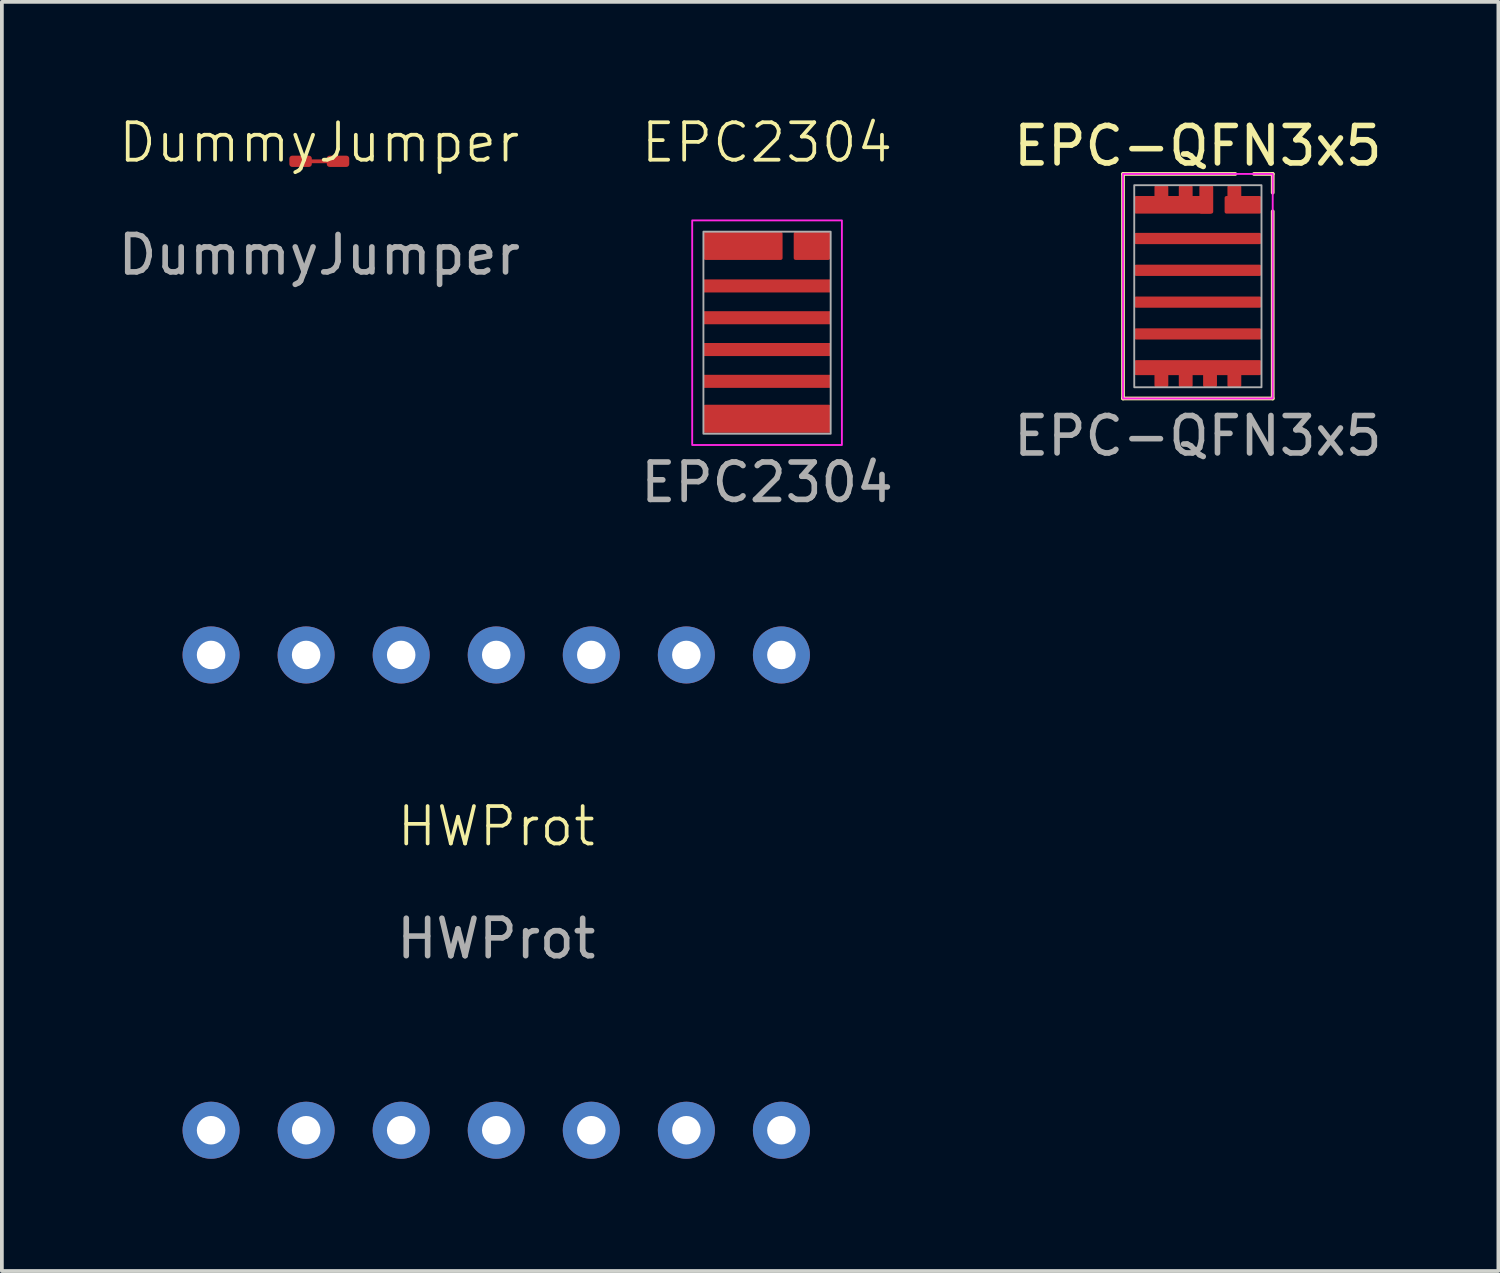
<source format=kicad_pcb>
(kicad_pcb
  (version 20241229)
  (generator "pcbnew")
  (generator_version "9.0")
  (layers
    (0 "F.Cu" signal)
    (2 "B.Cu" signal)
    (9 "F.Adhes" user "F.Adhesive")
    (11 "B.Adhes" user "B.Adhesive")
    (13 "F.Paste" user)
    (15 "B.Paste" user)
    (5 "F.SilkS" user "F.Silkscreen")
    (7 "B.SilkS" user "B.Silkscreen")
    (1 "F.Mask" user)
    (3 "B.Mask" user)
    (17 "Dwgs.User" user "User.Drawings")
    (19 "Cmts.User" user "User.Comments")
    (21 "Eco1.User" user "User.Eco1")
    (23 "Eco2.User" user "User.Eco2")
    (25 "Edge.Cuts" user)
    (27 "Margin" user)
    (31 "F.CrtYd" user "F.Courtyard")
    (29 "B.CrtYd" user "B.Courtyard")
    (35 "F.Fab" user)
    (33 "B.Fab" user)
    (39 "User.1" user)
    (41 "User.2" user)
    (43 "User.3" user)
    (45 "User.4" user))
  (footprint "EPC-QFN3x5"
    (layer "F.Cu")
    (at 28.958 4.598)
    (property "Reference" "EPC-QFN3x5" (at 0 -3.75 0) (layer "F.SilkS") (effects (font (size 1 1) (thickness 0.15))))
    (attr smd)
    (fp_line (start -2 -3) (end 1 -3) (stroke (width 0.1) (type default)) (layer "F.SilkS"))
    (fp_line (start -2 3) (end -2 -3) (stroke (width 0.1) (type default)) (layer "F.SilkS"))
    (fp_line (start 1.5 -3) (end 2 -3) (stroke (width 0.1) (type default)) (layer "F.SilkS"))
    (fp_line (start 2 -3) (end 2 -2.5) (stroke (width 0.1) (type default)) (layer "F.SilkS"))
    (fp_line (start 2 -2) (end 2 3) (stroke (width 0.1) (type default)) (layer "F.SilkS"))
    (fp_line (start 2 3) (end -2 3) (stroke (width 0.1) (type default)) (layer "F.SilkS"))
    (fp_rect (start -2 -3) (end 2 3) (stroke (width 0.05) (type default)) (fill no) (layer "F.CrtYd"))
    (fp_rect (start -1.7 -2.7) (end 1.7 2.7) (stroke (width 0.05) (type default)) (fill no) (layer "F.Fab"))
    (fp_line (start -2 -2.7) (end 2 -2.7) (stroke (width 0.001) (type default)) (layer "User.9"))
    (fp_line (start -2 2.7) (end 2 2.7) (stroke (width 0.001) (type default)) (layer "User.9"))
    (fp_text user "${REFERENCE}" (at 0 4 0) (unlocked yes) (layer "F.Fab") (effects (font (size 1 1) (thickness 0.15))))
    (pad "1" smd roundrect (at 0.975 -2.515) (size 0.37 0.37) (layers "F.Cu" "F.Mask" "F.Paste") (roundrect_rratio 0.135))
    (pad "1" smd roundrect (at 1.207 -2.175) (size 0.985 0.47) (layers "F.Cu" "F.Mask" "F.Paste") (roundrect_rratio 0.106))
    (pad "2" smd roundrect (at -0.975 -2.515) (size 0.37 0.37) (layers "F.Cu" "F.Mask" "F.Paste") (roundrect_rratio 0.135))
    (pad "2" smd roundrect (at -0.663 -2.175) (size 2.075 0.47) (layers "F.Cu" "F.Mask" "F.Paste") (roundrect_rratio 0.106))
    (pad "2" smd roundrect (at -0.325 -2.515) (size 0.37 0.37) (layers "F.Cu" "F.Mask" "F.Paste") (roundrect_rratio 0.135))
    (pad "2" smd roundrect (at 0.225 -2.32) (size 0.37 0.76) (layers "F.Cu" "F.Mask" "F.Paste") (roundrect_rratio 0.135))
    (pad "3" smd roundrect (at 0 -1.275) (size 3.4 0.3) (layers "F.Cu" "F.Mask" "F.Paste") (roundrect_rratio 0.167))
    (pad "4" smd roundrect (at 0 -0.425) (size 3.4 0.3) (layers "F.Cu" "F.Mask" "F.Paste") (roundrect_rratio 0.167))
    (pad "5" smd roundrect (at 0 0.425) (size 3.4 0.3) (layers "F.Cu" "F.Mask" "F.Paste") (roundrect_rratio 0.167))
    (pad "6" smd roundrect (at 0 1.275) (size 3.4 0.3) (layers "F.Cu" "F.Mask" "F.Paste") (roundrect_rratio 0.167))
    (pad "7" smd roundrect (at -0.975 2.515) (size 0.37 0.37) (layers "F.Cu" "F.Mask" "F.Paste") (roundrect_rratio 0.135))
    (pad "7" smd roundrect (at -0.325 2.515) (size 0.37 0.37) (layers "F.Cu" "F.Mask" "F.Paste") (roundrect_rratio 0.135))
    (pad "7" smd roundrect (at 0 2.175) (size 3.4 0.4) (layers "F.Cu" "F.Mask" "F.Paste") (roundrect_rratio 0.125))
    (pad "7" smd roundrect (at 0.325 2.515) (size 0.37 0.37) (layers "F.Cu" "F.Mask" "F.Paste") (roundrect_rratio 0.135))
    (pad "7" smd roundrect (at 0.975 2.515) (size 0.37 0.37) (layers "F.Cu" "F.Mask" "F.Paste") (roundrect_rratio 0.135)))
  (footprint "EPC2304"
    (layer "F.Cu")
    (at 17.446 5.84)
    (property "Reference" "EPC2304" (at 0 -5.08 0) (unlocked yes) (layer "F.SilkS") (effects (font (size 1 1) (thickness 0.1))))
    (attr smd)
    (fp_rect (start -2 -3) (end 2 3) (stroke (width 0.05) (type default)) (fill no) (layer "F.CrtYd"))
    (fp_rect (start -1.7 -2.7) (end 1.7 2.7) (stroke (width 0.05) (type default)) (fill no) (layer "F.Fab"))
    (fp_text user "${REFERENCE}" (at 0 4 0) (unlocked yes) (layer "F.Fab") (effects (font (size 1 1) (thickness 0.15))))
    (pad "1" smd roundrect (at 1.2 -2.32) (size 0.975 0.75) (layers "F.Cu" "F.Mask" "F.Paste") (roundrect_rratio 0.066))
    (pad "2" smd roundrect (at -0.64 -2.32) (size 2.11 0.75) (layers "F.Cu" "F.Mask" "F.Paste") (roundrect_rratio 0.066))
    (pad "3" smd roundrect (at 0 -1.25) (size 3.4 0.35) (layers "F.Cu" "F.Mask" "F.Paste") (roundrect_rratio 0.066))
    (pad "4" smd roundrect (at 0 -0.4) (size 3.4 0.35) (layers "F.Cu" "F.Mask" "F.Paste") (roundrect_rratio 0.066))
    (pad "5" smd roundrect (at 0 0.45) (size 3.4 0.35) (layers "F.Cu" "F.Mask" "F.Paste") (roundrect_rratio 0.066))
    (pad "6" smd roundrect (at 0 1.3) (size 3.4 0.35) (layers "F.Cu" "F.Mask" "F.Paste") (roundrect_rratio 0.066))
    (pad "7" smd roundrect (at 0 2.3) (size 3.4 0.75) (layers "F.Cu" "F.Mask" "F.Paste") (roundrect_rratio 0.066)))
  (footprint "HWProt"
    (layer "F.Cu")
    (at 10.21 19.531)
    (property "Reference" "HWProt" (at 0 -0.5 0) (unlocked yes) (layer "F.SilkS") (effects (font (size 1 1) (thickness 0.1))))
    (attr through_hole)
    (fp_rect (start 10.16 -5.08) (end -10.16 7.62) (stroke (width 0.1) (type default)) (fill no) (layer "User.1"))
    (fp_text user "${REFERENCE}" (at 0 2.5 0) (unlocked yes) (layer "F.Fab") (effects (font (size 1 1) (thickness 0.15))))
    (pad "1" thru_hole circle (at -7.62 -5.08) (size 1.524 1.524) (drill 0.762) (layers "*.Cu" "*.Mask"))
    (pad "2" thru_hole circle (at -5.08 -5.08) (size 1.524 1.524) (drill 0.762) (layers "*.Cu" "*.Mask"))
    (pad "3" thru_hole circle (at -2.54 -5.08) (size 1.524 1.524) (drill 0.762) (layers "*.Cu" "*.Mask"))
    (pad "4" thru_hole circle (at 0 -5.08) (size 1.524 1.524) (drill 0.762) (layers "*.Cu" "*.Mask"))
    (pad "5" thru_hole circle (at 2.54 -5.08) (size 1.524 1.524) (drill 0.762) (layers "*.Cu" "*.Mask"))
    (pad "6" thru_hole circle (at 5.08 -5.08) (size 1.524 1.524) (drill 0.762) (layers "*.Cu" "*.Mask"))
    (pad "7" thru_hole circle (at 7.62 -5.08) (size 1.524 1.524) (drill 0.762) (layers "*.Cu" "*.Mask"))
    (pad "8" thru_hole circle (at -7.62 7.62) (size 1.524 1.524) (drill 0.762) (layers "*.Cu" "*.Mask"))
    (pad "9" thru_hole circle (at -5.08 7.62) (size 1.524 1.524) (drill 0.762) (layers "*.Cu" "*.Mask"))
    (pad "10" thru_hole circle (at -2.54 7.62) (size 1.524 1.524) (drill oval 0.762) (layers "*.Cu" "*.Mask"))
    (pad "11" thru_hole circle (at 0 7.62) (size 1.524 1.524) (drill 0.762) (layers "*.Cu" "*.Mask"))
    (pad "12" thru_hole circle (at 2.54 7.62) (size 1.524 1.524) (drill 0.762) (layers "*.Cu" "*.Mask"))
    (pad "13" thru_hole circle (at 5.08 7.62) (size 1.524 1.524) (drill 0.762) (layers "*.Cu" "*.Mask"))
    (pad "14" thru_hole circle (at 7.62 7.62) (size 1.524 1.524) (drill 0.762) (layers "*.Cu" "*.Mask")))
  (footprint "DummyJumper"
    (layer "F.Cu")
    (at 5.482 1.26)
    (property "Reference" "DummyJumper" (at 0 -0.5 0) (unlocked yes) (layer "F.SilkS") (effects (font (size 1 1) (thickness 0.1))))
    (attr smd)
    (fp_line (start 0.2 0) (end -0.2 0) (stroke (width 0.1) (type solid)) (layer "F.Cu"))
    (fp_text user "${REFERENCE}" (at 0 2.5 0) (unlocked yes) (layer "F.Fab") (effects (font (size 1 1) (thickness 0.15))))
    (pad "1" smd roundrect (at 0.5 0) (size 0.6 0.3) (layers "F.Cu" "F.Mask" "F.Paste") (roundrect_rratio 0.25))
    (pad "2" smd roundrect (at -0.5 0) (size 0.6 0.3) (layers "F.Cu" "F.Mask" "F.Paste") (roundrect_rratio 0.25)))
  (gr_rect
    (start -3 -3)
    (end 36.988 30.913)
    (stroke (width 0.1) (type default))
    (fill no)
    (layer "Edge.Cuts")))
</source>
